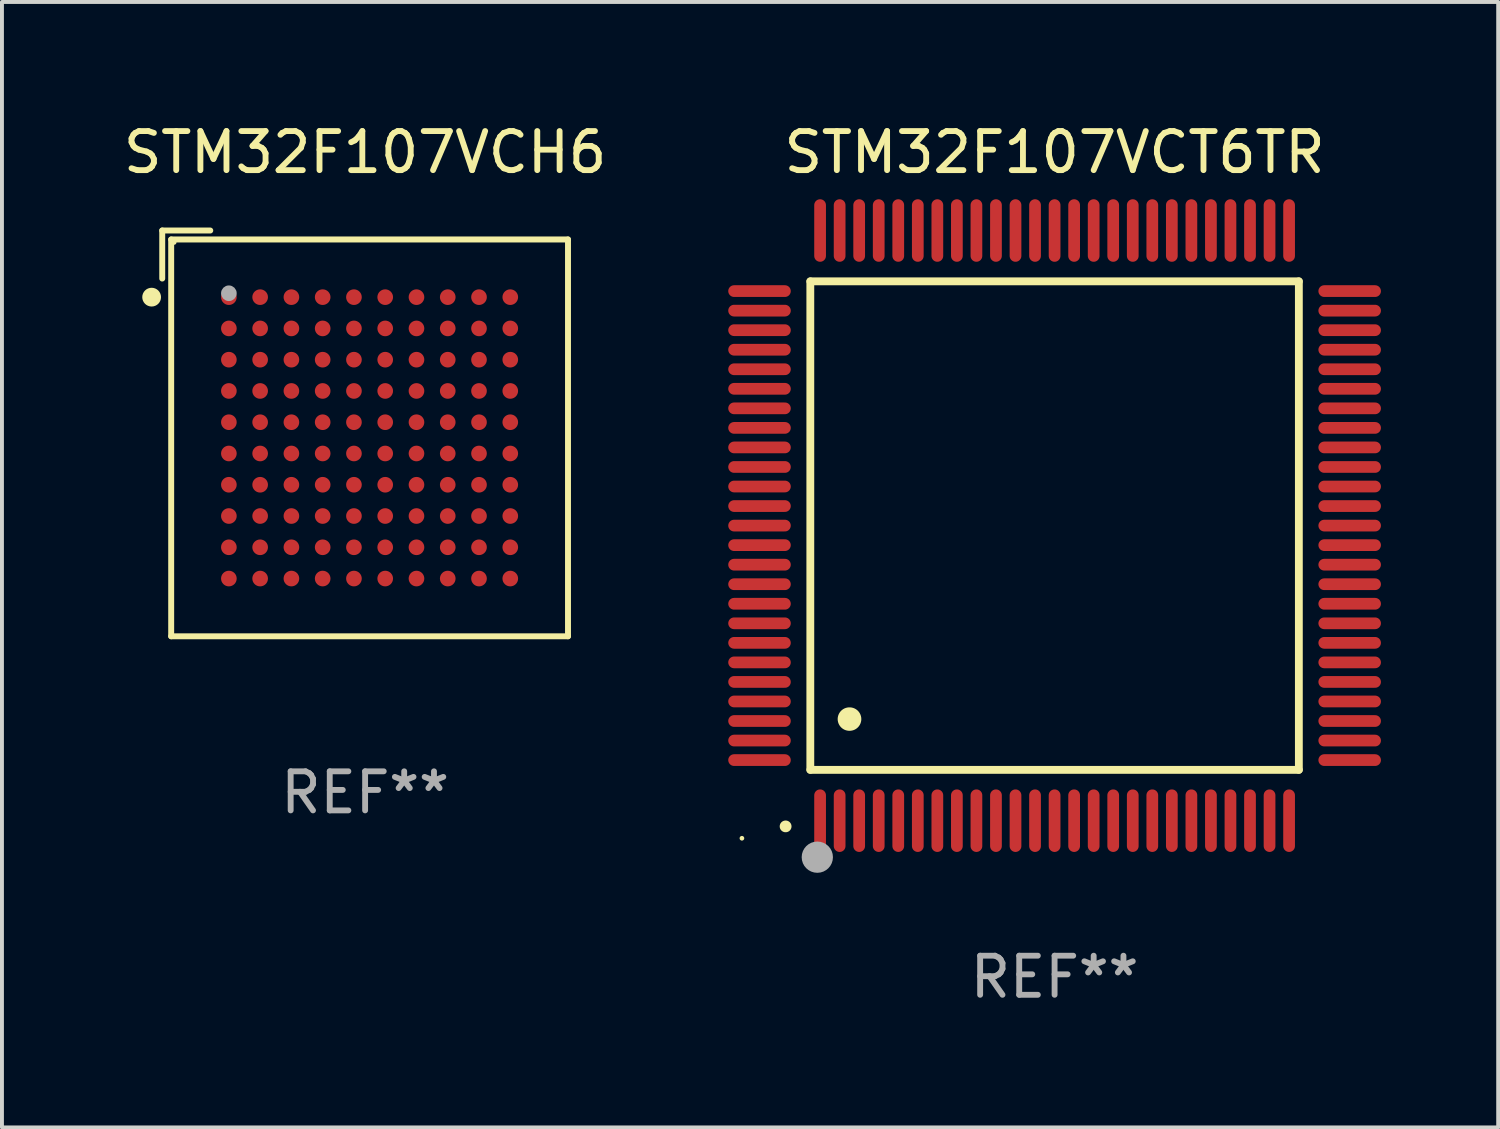
<source format=kicad_pcb>
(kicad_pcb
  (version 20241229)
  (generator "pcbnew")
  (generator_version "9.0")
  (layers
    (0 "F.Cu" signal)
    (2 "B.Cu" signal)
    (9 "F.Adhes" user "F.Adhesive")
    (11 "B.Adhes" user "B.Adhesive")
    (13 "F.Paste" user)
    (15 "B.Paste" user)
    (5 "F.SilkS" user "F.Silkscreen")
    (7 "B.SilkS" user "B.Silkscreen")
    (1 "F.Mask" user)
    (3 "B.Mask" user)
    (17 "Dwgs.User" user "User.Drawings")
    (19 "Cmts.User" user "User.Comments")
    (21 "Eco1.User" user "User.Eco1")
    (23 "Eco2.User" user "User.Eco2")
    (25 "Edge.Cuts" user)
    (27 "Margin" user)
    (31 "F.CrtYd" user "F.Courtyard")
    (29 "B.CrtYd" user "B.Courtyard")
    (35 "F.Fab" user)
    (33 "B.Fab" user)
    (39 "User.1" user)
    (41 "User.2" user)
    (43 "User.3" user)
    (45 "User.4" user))
  (footprint "STM32F107VCT6TR"
    (layer "F.Cu")
    (at 23.933 10.398)
    (property "Reference" "STM32F107VCT6TR" (at 0 -9.55 0) (layer "F.SilkS") (effects (font (size 1 1) (thickness 0.15))))
    (attr through_hole)
    (fp_line (start -6.25 -6.25) (end -6.25 6.25) (stroke (width 0.2) (type solid)) (layer "F.SilkS"))
    (fp_line (start -6.25 6.25) (end 6.25 6.25) (stroke (width 0.2) (type solid)) (layer "F.SilkS"))
    (fp_line (start 6.25 -6.25) (end -6.25 -6.25) (stroke (width 0.2) (type solid)) (layer "F.SilkS"))
    (fp_line (start 6.25 6.25) (end 6.25 -6.25) (stroke (width 0.2) (type solid)) (layer "F.SilkS"))
    (fp_arc (start -6.883414 7.696215) (mid -6.882144 7.69621) (end -6.880874 7.696215) (stroke (width 0.3) (type solid)) (layer "F.SilkS"))
    (fp_arc (start -5.250191 4.95047) (mid -5.247651 4.950459) (end -5.245111 4.95047) (stroke (width 0.6) (type solid)) (layer "F.SilkS"))
    (fp_circle (center -8 8) (end -7.97 8) (stroke (width 0.06) (type solid)) (fill no) (layer "F.SilkS"))
    (fp_circle (center -6.071 8.484) (end -5.871 8.484) (stroke (width 0.4) (type solid)) (fill no) (layer "F.Fab"))
    (fp_text user "REF**" (at 0 11.55 0) (layer "F.Fab") (effects (font (size 1 1) (thickness 0.15))))
    (pad "1" smd oval (at -6 7.55) (size 0.3 1.6) (layers "F.Cu" "F.Mask" "F.Paste"))
    (pad "2" smd oval (at -5.5 7.55) (size 0.3 1.6) (layers "F.Cu" "F.Mask" "F.Paste"))
    (pad "3" smd oval (at -5 7.55) (size 0.3 1.6) (layers "F.Cu" "F.Mask" "F.Paste"))
    (pad "4" smd oval (at -4.5 7.55) (size 0.3 1.6) (layers "F.Cu" "F.Mask" "F.Paste"))
    (pad "5" smd oval (at -4 7.55) (size 0.3 1.6) (layers "F.Cu" "F.Mask" "F.Paste"))
    (pad "6" smd oval (at -3.5 7.55) (size 0.3 1.6) (layers "F.Cu" "F.Mask" "F.Paste"))
    (pad "7" smd oval (at -3 7.55) (size 0.3 1.6) (layers "F.Cu" "F.Mask" "F.Paste"))
    (pad "8" smd oval (at -2.5 7.55) (size 0.3 1.6) (layers "F.Cu" "F.Mask" "F.Paste"))
    (pad "9" smd oval (at -2 7.55) (size 0.3 1.6) (layers "F.Cu" "F.Mask" "F.Paste"))
    (pad "10" smd oval (at -1.5 7.55) (size 0.3 1.6) (layers "F.Cu" "F.Mask" "F.Paste"))
    (pad "11" smd oval (at -1 7.55) (size 0.3 1.6) (layers "F.Cu" "F.Mask" "F.Paste"))
    (pad "12" smd oval (at -0.5 7.55) (size 0.3 1.6) (layers "F.Cu" "F.Mask" "F.Paste"))
    (pad "13" smd oval (at 0 7.55) (size 0.3 1.6) (layers "F.Cu" "F.Mask" "F.Paste"))
    (pad "14" smd oval (at 0.5 7.55) (size 0.3 1.6) (layers "F.Cu" "F.Mask" "F.Paste"))
    (pad "15" smd oval (at 1 7.55) (size 0.3 1.6) (layers "F.Cu" "F.Mask" "F.Paste"))
    (pad "16" smd oval (at 1.5 7.55) (size 0.3 1.6) (layers "F.Cu" "F.Mask" "F.Paste"))
    (pad "17" smd oval (at 2 7.55) (size 0.3 1.6) (layers "F.Cu" "F.Mask" "F.Paste"))
    (pad "18" smd oval (at 2.5 7.55) (size 0.3 1.6) (layers "F.Cu" "F.Mask" "F.Paste"))
    (pad "19" smd oval (at 3 7.55) (size 0.3 1.6) (layers "F.Cu" "F.Mask" "F.Paste"))
    (pad "20" smd oval (at 3.5 7.55) (size 0.3 1.6) (layers "F.Cu" "F.Mask" "F.Paste"))
    (pad "21" smd oval (at 4 7.55) (size 0.3 1.6) (layers "F.Cu" "F.Mask" "F.Paste"))
    (pad "22" smd oval (at 4.5 7.55) (size 0.3 1.6) (layers "F.Cu" "F.Mask" "F.Paste"))
    (pad "23" smd oval (at 5 7.55) (size 0.3 1.6) (layers "F.Cu" "F.Mask" "F.Paste"))
    (pad "24" smd oval (at 5.5 7.55) (size 0.3 1.6) (layers "F.Cu" "F.Mask" "F.Paste"))
    (pad "25" smd oval (at 6 7.55) (size 0.3 1.6) (layers "F.Cu" "F.Mask" "F.Paste"))
    (pad "26" smd oval (at 7.55 6) (size 1.6 0.3) (layers "F.Cu" "F.Mask" "F.Paste"))
    (pad "27" smd oval (at 7.55 5.5) (size 1.6 0.3) (layers "F.Cu" "F.Mask" "F.Paste"))
    (pad "28" smd oval (at 7.55 5) (size 1.6 0.3) (layers "F.Cu" "F.Mask" "F.Paste"))
    (pad "29" smd oval (at 7.55 4.5) (size 1.6 0.3) (layers "F.Cu" "F.Mask" "F.Paste"))
    (pad "30" smd oval (at 7.55 4) (size 1.6 0.3) (layers "F.Cu" "F.Mask" "F.Paste"))
    (pad "31" smd oval (at 7.55 3.5) (size 1.6 0.3) (layers "F.Cu" "F.Mask" "F.Paste"))
    (pad "32" smd oval (at 7.55 3) (size 1.6 0.3) (layers "F.Cu" "F.Mask" "F.Paste"))
    (pad "33" smd oval (at 7.55 2.5) (size 1.6 0.3) (layers "F.Cu" "F.Mask" "F.Paste"))
    (pad "34" smd oval (at 7.55 2) (size 1.6 0.3) (layers "F.Cu" "F.Mask" "F.Paste"))
    (pad "35" smd oval (at 7.55 1.5) (size 1.6 0.3) (layers "F.Cu" "F.Mask" "F.Paste"))
    (pad "36" smd oval (at 7.55 1) (size 1.6 0.3) (layers "F.Cu" "F.Mask" "F.Paste"))
    (pad "37" smd oval (at 7.55 0.5) (size 1.6 0.3) (layers "F.Cu" "F.Mask" "F.Paste"))
    (pad "38" smd oval (at 7.55 0) (size 1.6 0.3) (layers "F.Cu" "F.Mask" "F.Paste"))
    (pad "39" smd oval (at 7.55 -0.5) (size 1.6 0.3) (layers "F.Cu" "F.Mask" "F.Paste"))
    (pad "40" smd oval (at 7.55 -1) (size 1.6 0.3) (layers "F.Cu" "F.Mask" "F.Paste"))
    (pad "41" smd oval (at 7.55 -1.5) (size 1.6 0.3) (layers "F.Cu" "F.Mask" "F.Paste"))
    (pad "42" smd oval (at 7.55 -2) (size 1.6 0.3) (layers "F.Cu" "F.Mask" "F.Paste"))
    (pad "43" smd oval (at 7.55 -2.5) (size 1.6 0.3) (layers "F.Cu" "F.Mask" "F.Paste"))
    (pad "44" smd oval (at 7.55 -3) (size 1.6 0.3) (layers "F.Cu" "F.Mask" "F.Paste"))
    (pad "45" smd oval (at 7.55 -3.5) (size 1.6 0.3) (layers "F.Cu" "F.Mask" "F.Paste"))
    (pad "46" smd oval (at 7.55 -4) (size 1.6 0.3) (layers "F.Cu" "F.Mask" "F.Paste"))
    (pad "47" smd oval (at 7.55 -4.5) (size 1.6 0.3) (layers "F.Cu" "F.Mask" "F.Paste"))
    (pad "48" smd oval (at 7.55 -5) (size 1.6 0.3) (layers "F.Cu" "F.Mask" "F.Paste"))
    (pad "49" smd oval (at 7.55 -5.5) (size 1.6 0.3) (layers "F.Cu" "F.Mask" "F.Paste"))
    (pad "50" smd oval (at 7.55 -6) (size 1.6 0.3) (layers "F.Cu" "F.Mask" "F.Paste"))
    (pad "51" smd oval (at 6 -7.55) (size 0.3 1.6) (layers "F.Cu" "F.Mask" "F.Paste"))
    (pad "52" smd oval (at 5.5 -7.55) (size 0.3 1.6) (layers "F.Cu" "F.Mask" "F.Paste"))
    (pad "53" smd oval (at 5 -7.55) (size 0.3 1.6) (layers "F.Cu" "F.Mask" "F.Paste"))
    (pad "54" smd oval (at 4.5 -7.55) (size 0.3 1.6) (layers "F.Cu" "F.Mask" "F.Paste"))
    (pad "55" smd oval (at 4 -7.55) (size 0.3 1.6) (layers "F.Cu" "F.Mask" "F.Paste"))
    (pad "56" smd oval (at 3.5 -7.55) (size 0.3 1.6) (layers "F.Cu" "F.Mask" "F.Paste"))
    (pad "57" smd oval (at 3 -7.55) (size 0.3 1.6) (layers "F.Cu" "F.Mask" "F.Paste"))
    (pad "58" smd oval (at 2.5 -7.55) (size 0.3 1.6) (layers "F.Cu" "F.Mask" "F.Paste"))
    (pad "59" smd oval (at 2 -7.55) (size 0.3 1.6) (layers "F.Cu" "F.Mask" "F.Paste"))
    (pad "60" smd oval (at 1.5 -7.55) (size 0.3 1.6) (layers "F.Cu" "F.Mask" "F.Paste"))
    (pad "61" smd oval (at 1 -7.55) (size 0.3 1.6) (layers "F.Cu" "F.Mask" "F.Paste"))
    (pad "62" smd oval (at 0.5 -7.55) (size 0.3 1.6) (layers "F.Cu" "F.Mask" "F.Paste"))
    (pad "63" smd oval (at 0 -7.55) (size 0.3 1.6) (layers "F.Cu" "F.Mask" "F.Paste"))
    (pad "64" smd oval (at -0.5 -7.55) (size 0.3 1.6) (layers "F.Cu" "F.Mask" "F.Paste"))
    (pad "65" smd oval (at -1 -7.55) (size 0.3 1.6) (layers "F.Cu" "F.Mask" "F.Paste"))
    (pad "66" smd oval (at -1.5 -7.55) (size 0.3 1.6) (layers "F.Cu" "F.Mask" "F.Paste"))
    (pad "67" smd oval (at -2 -7.55) (size 0.3 1.6) (layers "F.Cu" "F.Mask" "F.Paste"))
    (pad "68" smd oval (at -2.5 -7.55) (size 0.3 1.6) (layers "F.Cu" "F.Mask" "F.Paste"))
    (pad "69" smd oval (at -3 -7.55) (size 0.3 1.6) (layers "F.Cu" "F.Mask" "F.Paste"))
    (pad "70" smd oval (at -3.5 -7.55) (size 0.3 1.6) (layers "F.Cu" "F.Mask" "F.Paste"))
    (pad "71" smd oval (at -4 -7.55) (size 0.3 1.6) (layers "F.Cu" "F.Mask" "F.Paste"))
    (pad "72" smd oval (at -4.5 -7.55) (size 0.3 1.6) (layers "F.Cu" "F.Mask" "F.Paste"))
    (pad "73" smd oval (at -5 -7.55) (size 0.3 1.6) (layers "F.Cu" "F.Mask" "F.Paste"))
    (pad "74" smd oval (at -5.5 -7.55) (size 0.3 1.6) (layers "F.Cu" "F.Mask" "F.Paste"))
    (pad "75" smd oval (at -6 -7.55) (size 0.3 1.6) (layers "F.Cu" "F.Mask" "F.Paste"))
    (pad "76" smd oval (at -7.55 -6) (size 1.6 0.3) (layers "F.Cu" "F.Mask" "F.Paste"))
    (pad "77" smd oval (at -7.55 -5.5) (size 1.6 0.3) (layers "F.Cu" "F.Mask" "F.Paste"))
    (pad "78" smd oval (at -7.55 -5) (size 1.6 0.3) (layers "F.Cu" "F.Mask" "F.Paste"))
    (pad "79" smd oval (at -7.55 -4.5) (size 1.6 0.3) (layers "F.Cu" "F.Mask" "F.Paste"))
    (pad "80" smd oval (at -7.55 -4) (size 1.6 0.3) (layers "F.Cu" "F.Mask" "F.Paste"))
    (pad "81" smd oval (at -7.55 -3.5) (size 1.6 0.3) (layers "F.Cu" "F.Mask" "F.Paste"))
    (pad "82" smd oval (at -7.55 -3) (size 1.6 0.3) (layers "F.Cu" "F.Mask" "F.Paste"))
    (pad "83" smd oval (at -7.55 -2.5) (size 1.6 0.3) (layers "F.Cu" "F.Mask" "F.Paste"))
    (pad "84" smd oval (at -7.55 -2) (size 1.6 0.3) (layers "F.Cu" "F.Mask" "F.Paste"))
    (pad "85" smd oval (at -7.55 -1.5) (size 1.6 0.3) (layers "F.Cu" "F.Mask" "F.Paste"))
    (pad "86" smd oval (at -7.55 -1) (size 1.6 0.3) (layers "F.Cu" "F.Mask" "F.Paste"))
    (pad "87" smd oval (at -7.55 -0.5) (size 1.6 0.3) (layers "F.Cu" "F.Mask" "F.Paste"))
    (pad "88" smd oval (at -7.55 0) (size 1.6 0.3) (layers "F.Cu" "F.Mask" "F.Paste"))
    (pad "89" smd oval (at -7.55 0.5) (size 1.6 0.3) (layers "F.Cu" "F.Mask" "F.Paste"))
    (pad "90" smd oval (at -7.55 1) (size 1.6 0.3) (layers "F.Cu" "F.Mask" "F.Paste"))
    (pad "91" smd oval (at -7.55 1.5) (size 1.6 0.3) (layers "F.Cu" "F.Mask" "F.Paste"))
    (pad "92" smd oval (at -7.55 2) (size 1.6 0.3) (layers "F.Cu" "F.Mask" "F.Paste"))
    (pad "93" smd oval (at -7.55 2.5) (size 1.6 0.3) (layers "F.Cu" "F.Mask" "F.Paste"))
    (pad "94" smd oval (at -7.55 3) (size 1.6 0.3) (layers "F.Cu" "F.Mask" "F.Paste"))
    (pad "95" smd oval (at -7.55 3.5) (size 1.6 0.3) (layers "F.Cu" "F.Mask" "F.Paste"))
    (pad "96" smd oval (at -7.55 4) (size 1.6 0.3) (layers "F.Cu" "F.Mask" "F.Paste"))
    (pad "97" smd oval (at -7.55 4.5) (size 1.6 0.3) (layers "F.Cu" "F.Mask" "F.Paste"))
    (pad "98" smd oval (at -7.55 5) (size 1.6 0.3) (layers "F.Cu" "F.Mask" "F.Paste"))
    (pad "99" smd oval (at -7.55 5.5) (size 1.6 0.3) (layers "F.Cu" "F.Mask" "F.Paste"))
    (pad "100" smd oval (at -7.55 6) (size 1.6 0.3) (layers "F.Cu" "F.Mask" "F.Paste")))
  (footprint "STM32F107VCH6"
    (layer "F.Cu")
    (at 6.292 8.039)
    (property "Reference" "STM32F107VCH6" (at 0 -7.191 0) (layer "F.SilkS") (effects (font (size 1 1) (thickness 0.15))))
    (attr through_hole)
    (fp_line (start -5.191 -5.191) (end -3.962 -5.191) (stroke (width 0.152) (type solid)) (layer "F.SilkS"))
    (fp_line (start -5.191 -3.962) (end -5.191 -5.191) (stroke (width 0.152) (type solid)) (layer "F.SilkS"))
    (fp_line (start -4.962 -4.962) (end 5.191 -4.962) (stroke (width 0.152) (type solid)) (layer "F.SilkS"))
    (fp_line (start -4.962 5.191) (end -4.962 -4.962) (stroke (width 0.152) (type solid)) (layer "F.SilkS"))
    (fp_line (start 5.191 -4.962) (end 5.191 5.191) (stroke (width 0.152) (type solid)) (layer "F.SilkS"))
    (fp_line (start 5.191 5.191) (end -4.962 5.191) (stroke (width 0.152) (type solid)) (layer "F.SilkS"))
    (fp_circle (center -5.462 -3.486) (end -5.342 -3.486) (stroke (width 0.24) (type solid)) (fill no) (layer "F.SilkS"))
    (fp_circle (center -4.886 -4.886) (end -4.856 -4.886) (stroke (width 0.06) (type solid)) (fill no) (layer "F.SilkS"))
    (fp_circle (center -3.486 -3.586) (end -3.386 -3.586) (stroke (width 0.2) (type solid)) (fill no) (layer "F.Fab"))
    (fp_text user "REF**" (at 0 9.191 0) (layer "F.Fab") (effects (font (size 1 1) (thickness 0.15))))
    (pad "A1" smd circle (at -3.486 -3.486) (size 0.4 0.4) (layers "F.Cu" "F.Mask" "F.Paste"))
    (pad "A2" smd circle (at -2.686 -3.486) (size 0.4 0.4) (layers "F.Cu" "F.Mask" "F.Paste"))
    (pad "A3" smd circle (at -1.886 -3.486) (size 0.4 0.4) (layers "F.Cu" "F.Mask" "F.Paste"))
    (pad "A4" smd circle (at -1.086 -3.486) (size 0.4 0.4) (layers "F.Cu" "F.Mask" "F.Paste"))
    (pad "A5" smd circle (at -0.286 -3.486) (size 0.4 0.4) (layers "F.Cu" "F.Mask" "F.Paste"))
    (pad "A6" smd circle (at 0.514 -3.486) (size 0.4 0.4) (layers "F.Cu" "F.Mask" "F.Paste"))
    (pad "A7" smd circle (at 1.314 -3.486) (size 0.4 0.4) (layers "F.Cu" "F.Mask" "F.Paste"))
    (pad "A8" smd circle (at 2.114 -3.486) (size 0.4 0.4) (layers "F.Cu" "F.Mask" "F.Paste"))
    (pad "A9" smd circle (at 2.914 -3.486) (size 0.4 0.4) (layers "F.Cu" "F.Mask" "F.Paste"))
    (pad "A10" smd circle (at 3.714 -3.486) (size 0.4 0.4) (layers "F.Cu" "F.Mask" "F.Paste"))
    (pad "B1" smd circle (at -3.486 -2.686) (size 0.4 0.4) (layers "F.Cu" "F.Mask" "F.Paste"))
    (pad "B2" smd circle (at -2.686 -2.686) (size 0.4 0.4) (layers "F.Cu" "F.Mask" "F.Paste"))
    (pad "B3" smd circle (at -1.886 -2.686) (size 0.4 0.4) (layers "F.Cu" "F.Mask" "F.Paste"))
    (pad "B4" smd circle (at -1.086 -2.686) (size 0.4 0.4) (layers "F.Cu" "F.Mask" "F.Paste"))
    (pad "B5" smd circle (at -0.286 -2.686) (size 0.4 0.4) (layers "F.Cu" "F.Mask" "F.Paste"))
    (pad "B6" smd circle (at 0.514 -2.686) (size 0.4 0.4) (layers "F.Cu" "F.Mask" "F.Paste"))
    (pad "B7" smd circle (at 1.314 -2.686) (size 0.4 0.4) (layers "F.Cu" "F.Mask" "F.Paste"))
    (pad "B8" smd circle (at 2.114 -2.686) (size 0.4 0.4) (layers "F.Cu" "F.Mask" "F.Paste"))
    (pad "B9" smd circle (at 2.914 -2.686) (size 0.4 0.4) (layers "F.Cu" "F.Mask" "F.Paste"))
    (pad "B10" smd circle (at 3.714 -2.686) (size 0.4 0.4) (layers "F.Cu" "F.Mask" "F.Paste"))
    (pad "C1" smd circle (at -3.486 -1.886) (size 0.4 0.4) (layers "F.Cu" "F.Mask" "F.Paste"))
    (pad "C2" smd circle (at -2.686 -1.886) (size 0.4 0.4) (layers "F.Cu" "F.Mask" "F.Paste"))
    (pad "C3" smd circle (at -1.886 -1.886) (size 0.4 0.4) (layers "F.Cu" "F.Mask" "F.Paste"))
    (pad "C4" smd circle (at -1.086 -1.886) (size 0.4 0.4) (layers "F.Cu" "F.Mask" "F.Paste"))
    (pad "C5" smd circle (at -0.286 -1.886) (size 0.4 0.4) (layers "F.Cu" "F.Mask" "F.Paste"))
    (pad "C6" smd circle (at 0.514 -1.886) (size 0.4 0.4) (layers "F.Cu" "F.Mask" "F.Paste"))
    (pad "C7" smd circle (at 1.314 -1.886) (size 0.4 0.4) (layers "F.Cu" "F.Mask" "F.Paste"))
    (pad "C8" smd circle (at 2.114 -1.886) (size 0.4 0.4) (layers "F.Cu" "F.Mask" "F.Paste"))
    (pad "C9" smd circle (at 2.914 -1.886) (size 0.4 0.4) (layers "F.Cu" "F.Mask" "F.Paste"))
    (pad "C10" smd circle (at 3.714 -1.886) (size 0.4 0.4) (layers "F.Cu" "F.Mask" "F.Paste"))
    (pad "D1" smd circle (at -3.486 -1.086) (size 0.4 0.4) (layers "F.Cu" "F.Mask" "F.Paste"))
    (pad "D2" smd circle (at -2.686 -1.086) (size 0.4 0.4) (layers "F.Cu" "F.Mask" "F.Paste"))
    (pad "D3" smd circle (at -1.886 -1.086) (size 0.4 0.4) (layers "F.Cu" "F.Mask" "F.Paste"))
    (pad "D4" smd circle (at -1.086 -1.086) (size 0.4 0.4) (layers "F.Cu" "F.Mask" "F.Paste"))
    (pad "D5" smd circle (at -0.286 -1.086) (size 0.4 0.4) (layers "F.Cu" "F.Mask" "F.Paste"))
    (pad "D6" smd circle (at 0.514 -1.086) (size 0.4 0.4) (layers "F.Cu" "F.Mask" "F.Paste"))
    (pad "D7" smd circle (at 1.314 -1.086) (size 0.4 0.4) (layers "F.Cu" "F.Mask" "F.Paste"))
    (pad "D8" smd circle (at 2.114 -1.086) (size 0.4 0.4) (layers "F.Cu" "F.Mask" "F.Paste"))
    (pad "D9" smd circle (at 2.914 -1.086) (size 0.4 0.4) (layers "F.Cu" "F.Mask" "F.Paste"))
    (pad "D10" smd circle (at 3.714 -1.086) (size 0.4 0.4) (layers "F.Cu" "F.Mask" "F.Paste"))
    (pad "E1" smd circle (at -3.486 -0.286) (size 0.4 0.4) (layers "F.Cu" "F.Mask" "F.Paste"))
    (pad "E2" smd circle (at -2.686 -0.286) (size 0.4 0.4) (layers "F.Cu" "F.Mask" "F.Paste"))
    (pad "E3" smd circle (at -1.886 -0.286) (size 0.4 0.4) (layers "F.Cu" "F.Mask" "F.Paste"))
    (pad "E4" smd circle (at -1.086 -0.286) (size 0.4 0.4) (layers "F.Cu" "F.Mask" "F.Paste"))
    (pad "E5" smd circle (at -0.286 -0.286) (size 0.4 0.4) (layers "F.Cu" "F.Mask" "F.Paste"))
    (pad "E6" smd circle (at 0.514 -0.286) (size 0.4 0.4) (layers "F.Cu" "F.Mask" "F.Paste"))
    (pad "E7" smd circle (at 1.314 -0.286) (size 0.4 0.4) (layers "F.Cu" "F.Mask" "F.Paste"))
    (pad "E8" smd circle (at 2.114 -0.286) (size 0.4 0.4) (layers "F.Cu" "F.Mask" "F.Paste"))
    (pad "E9" smd circle (at 2.914 -0.286) (size 0.4 0.4) (layers "F.Cu" "F.Mask" "F.Paste"))
    (pad "E10" smd circle (at 3.714 -0.286) (size 0.4 0.4) (layers "F.Cu" "F.Mask" "F.Paste"))
    (pad "F1" smd circle (at -3.486 0.514) (size 0.4 0.4) (layers "F.Cu" "F.Mask" "F.Paste"))
    (pad "F2" smd circle (at -2.686 0.514) (size 0.4 0.4) (layers "F.Cu" "F.Mask" "F.Paste"))
    (pad "F3" smd circle (at -1.886 0.514) (size 0.4 0.4) (layers "F.Cu" "F.Mask" "F.Paste"))
    (pad "F4" smd circle (at -1.086 0.514) (size 0.4 0.4) (layers "F.Cu" "F.Mask" "F.Paste"))
    (pad "F5" smd circle (at -0.286 0.514) (size 0.4 0.4) (layers "F.Cu" "F.Mask" "F.Paste"))
    (pad "F6" smd circle (at 0.514 0.514) (size 0.4 0.4) (layers "F.Cu" "F.Mask" "F.Paste"))
    (pad "F7" smd circle (at 1.314 0.514) (size 0.4 0.4) (layers "F.Cu" "F.Mask" "F.Paste"))
    (pad "F8" smd circle (at 2.114 0.514) (size 0.4 0.4) (layers "F.Cu" "F.Mask" "F.Paste"))
    (pad "F9" smd circle (at 2.914 0.514) (size 0.4 0.4) (layers "F.Cu" "F.Mask" "F.Paste"))
    (pad "F10" smd circle (at 3.714 0.514) (size 0.4 0.4) (layers "F.Cu" "F.Mask" "F.Paste"))
    (pad "G1" smd circle (at -3.486 1.314) (size 0.4 0.4) (layers "F.Cu" "F.Mask" "F.Paste"))
    (pad "G2" smd circle (at -2.686 1.314) (size 0.4 0.4) (layers "F.Cu" "F.Mask" "F.Paste"))
    (pad "G3" smd circle (at -1.886 1.314) (size 0.4 0.4) (layers "F.Cu" "F.Mask" "F.Paste"))
    (pad "G4" smd circle (at -1.086 1.314) (size 0.4 0.4) (layers "F.Cu" "F.Mask" "F.Paste"))
    (pad "G5" smd circle (at -0.286 1.314) (size 0.4 0.4) (layers "F.Cu" "F.Mask" "F.Paste"))
    (pad "G6" smd circle (at 0.514 1.314) (size 0.4 0.4) (layers "F.Cu" "F.Mask" "F.Paste"))
    (pad "G7" smd circle (at 1.314 1.314) (size 0.4 0.4) (layers "F.Cu" "F.Mask" "F.Paste"))
    (pad "G8" smd circle (at 2.114 1.314) (size 0.4 0.4) (layers "F.Cu" "F.Mask" "F.Paste"))
    (pad "G9" smd circle (at 2.914 1.314) (size 0.4 0.4) (layers "F.Cu" "F.Mask" "F.Paste"))
    (pad "G10" smd circle (at 3.714 1.314) (size 0.4 0.4) (layers "F.Cu" "F.Mask" "F.Paste"))
    (pad "H1" smd circle (at -3.486 2.114) (size 0.4 0.4) (layers "F.Cu" "F.Mask" "F.Paste"))
    (pad "H2" smd circle (at -2.686 2.114) (size 0.4 0.4) (layers "F.Cu" "F.Mask" "F.Paste"))
    (pad "H3" smd circle (at -1.886 2.114) (size 0.4 0.4) (layers "F.Cu" "F.Mask" "F.Paste"))
    (pad "H4" smd circle (at -1.086 2.114) (size 0.4 0.4) (layers "F.Cu" "F.Mask" "F.Paste"))
    (pad "H5" smd circle (at -0.286 2.114) (size 0.4 0.4) (layers "F.Cu" "F.Mask" "F.Paste"))
    (pad "H6" smd circle (at 0.514 2.114) (size 0.4 0.4) (layers "F.Cu" "F.Mask" "F.Paste"))
    (pad "H7" smd circle (at 1.314 2.114) (size 0.4 0.4) (layers "F.Cu" "F.Mask" "F.Paste"))
    (pad "H8" smd circle (at 2.114 2.114) (size 0.4 0.4) (layers "F.Cu" "F.Mask" "F.Paste"))
    (pad "H9" smd circle (at 2.914 2.114) (size 0.4 0.4) (layers "F.Cu" "F.Mask" "F.Paste"))
    (pad "H10" smd circle (at 3.714 2.114) (size 0.4 0.4) (layers "F.Cu" "F.Mask" "F.Paste"))
    (pad "J1" smd circle (at -3.486 2.914) (size 0.4 0.4) (layers "F.Cu" "F.Mask" "F.Paste"))
    (pad "J2" smd circle (at -2.686 2.914) (size 0.4 0.4) (layers "F.Cu" "F.Mask" "F.Paste"))
    (pad "J3" smd circle (at -1.886 2.914) (size 0.4 0.4) (layers "F.Cu" "F.Mask" "F.Paste"))
    (pad "J4" smd circle (at -1.086 2.914) (size 0.4 0.4) (layers "F.Cu" "F.Mask" "F.Paste"))
    (pad "J5" smd circle (at -0.286 2.914) (size 0.4 0.4) (layers "F.Cu" "F.Mask" "F.Paste"))
    (pad "J6" smd circle (at 0.514 2.914) (size 0.4 0.4) (layers "F.Cu" "F.Mask" "F.Paste"))
    (pad "J7" smd circle (at 1.314 2.914) (size 0.4 0.4) (layers "F.Cu" "F.Mask" "F.Paste"))
    (pad "J8" smd circle (at 2.114 2.914) (size 0.4 0.4) (layers "F.Cu" "F.Mask" "F.Paste"))
    (pad "J9" smd circle (at 2.914 2.914) (size 0.4 0.4) (layers "F.Cu" "F.Mask" "F.Paste"))
    (pad "J10" smd circle (at 3.714 2.914) (size 0.4 0.4) (layers "F.Cu" "F.Mask" "F.Paste"))
    (pad "K1" smd circle (at -3.486 3.714) (size 0.4 0.4) (layers "F.Cu" "F.Mask" "F.Paste"))
    (pad "K2" smd circle (at -2.686 3.714) (size 0.4 0.4) (layers "F.Cu" "F.Mask" "F.Paste"))
    (pad "K3" smd circle (at -1.886 3.714) (size 0.4 0.4) (layers "F.Cu" "F.Mask" "F.Paste"))
    (pad "K4" smd circle (at -1.086 3.714) (size 0.4 0.4) (layers "F.Cu" "F.Mask" "F.Paste"))
    (pad "K5" smd circle (at -0.286 3.714) (size 0.4 0.4) (layers "F.Cu" "F.Mask" "F.Paste"))
    (pad "K6" smd circle (at 0.514 3.714) (size 0.4 0.4) (layers "F.Cu" "F.Mask" "F.Paste"))
    (pad "K7" smd circle (at 1.314 3.714) (size 0.4 0.4) (layers "F.Cu" "F.Mask" "F.Paste"))
    (pad "K8" smd circle (at 2.114 3.714) (size 0.4 0.4) (layers "F.Cu" "F.Mask" "F.Paste"))
    (pad "K9" smd circle (at 2.914 3.714) (size 0.4 0.4) (layers "F.Cu" "F.Mask" "F.Paste"))
    (pad "K10" smd circle (at 3.714 3.714) (size 0.4 0.4) (layers "F.Cu" "F.Mask" "F.Paste")))
  (gr_rect
    (start -3 -3)
    (end 35.283 25.796)
    (stroke (width 0.1) (type default))
    (fill no)
    (layer "Edge.Cuts")))
</source>
